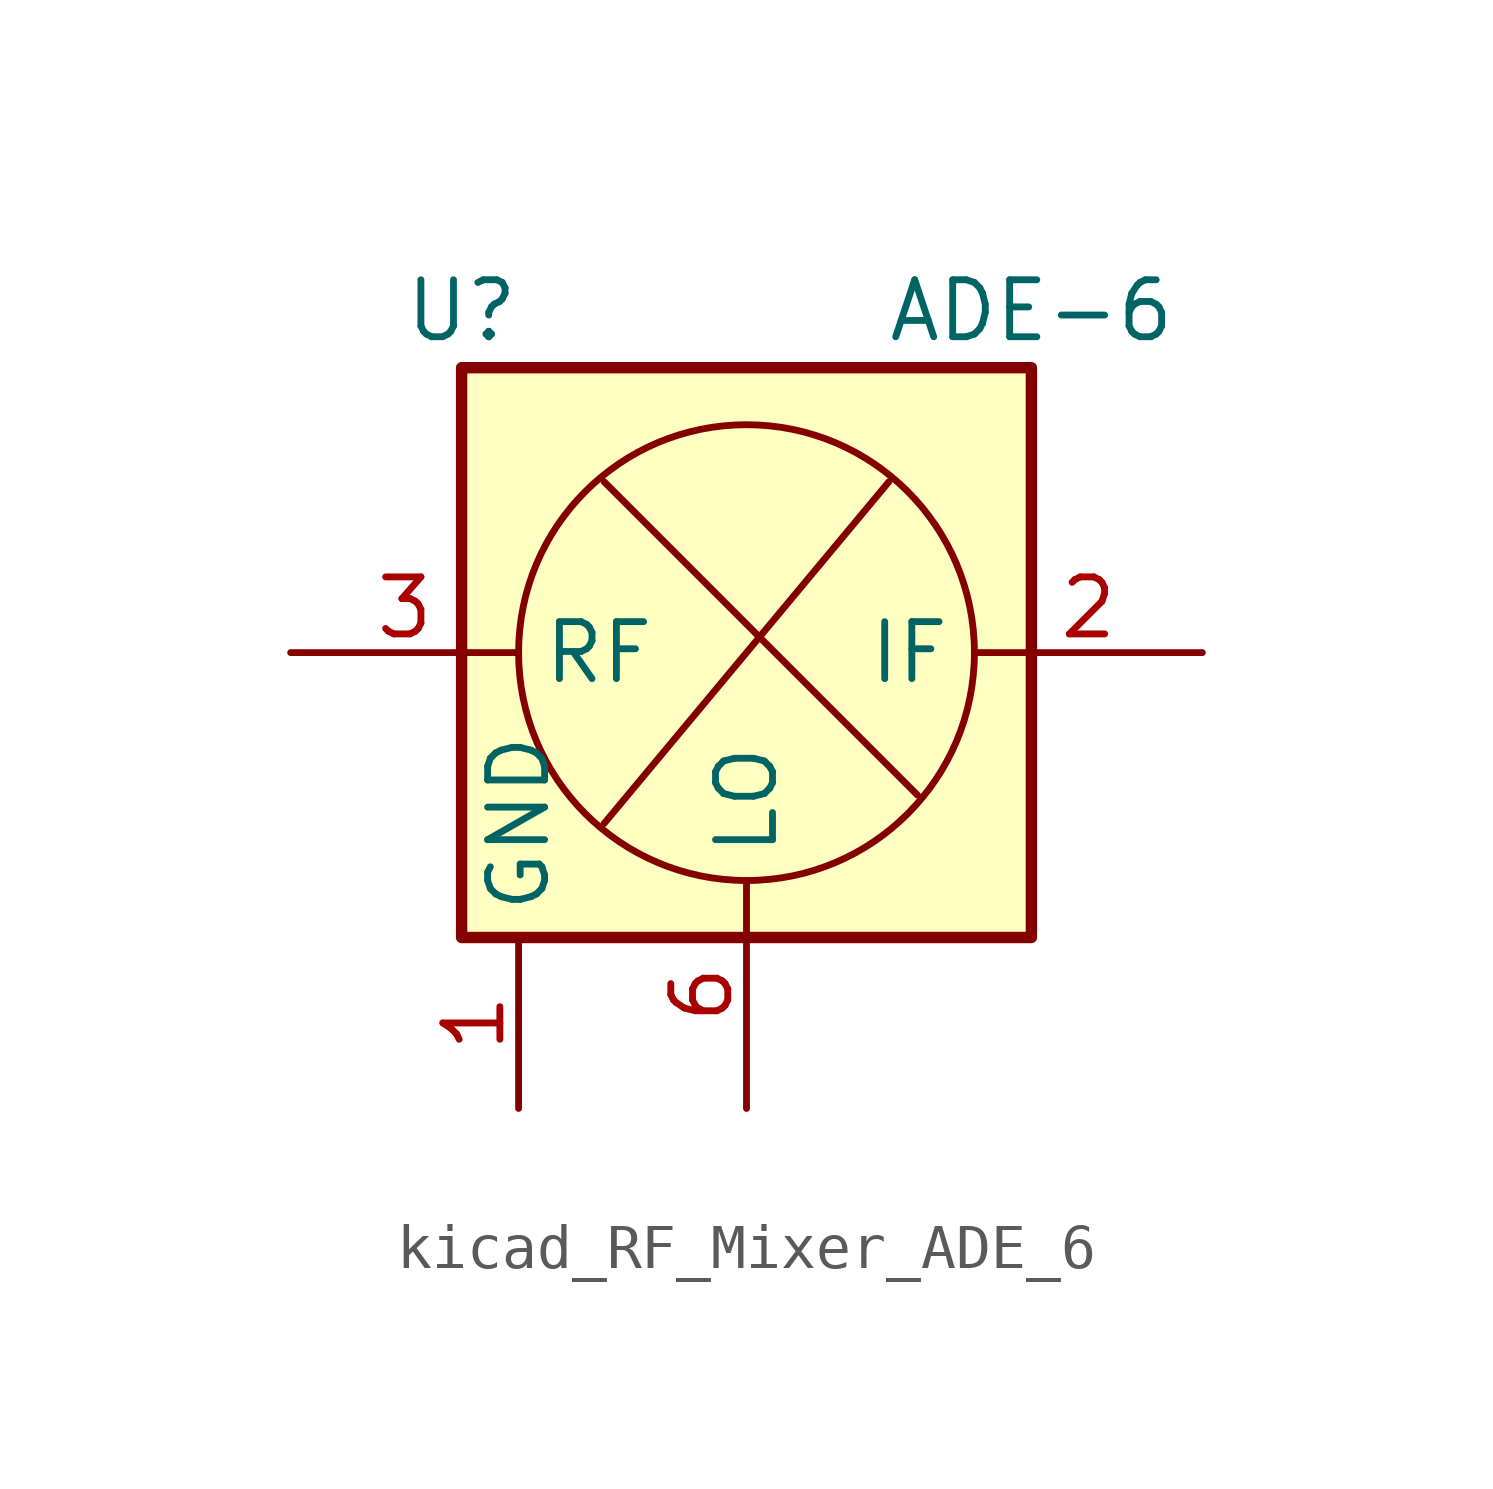
<source format=kicad_sym>
(kicad_symbol_lib
  (version 20220914)
  (generator kicad_symbol_editor)
  (symbol "kicad_RF_Mixer_ADE_6"
    (property "Reference" "U"
      (at -6.35 7.62 0)
      (effects (font (size 1.27 1.27))))
    (property "Value" "ADE-6"
      (at 6.35 7.62 0)
      (effects (font (size 1.27 1.27))))
    (symbol "kicad_RF_Mixer_ADE_6_0_1"
      (rectangle (start -6.35 6.35) (end 6.35 -6.35) (stroke (width 0.254) (type default)) (fill (type background)))
      (polyline (pts (xy -3.175 -3.81) (xy 3.175 3.81)) (stroke (width 0) (type default)) (fill (type none)))
      (polyline (pts (xy 3.81 -3.175) (xy -3.175 3.81)) (stroke (width 0) (type default)) (fill (type none)))
      (circle (center 0 0) (radius 5.08) (stroke (width 0) (type default)) (fill (type none))))
    (symbol "kicad_RF_Mixer_ADE_6_1_1"
      (pin power_in line (at -5.08 -10.16 90) (length 3.81) (name "GND" (effects (font (size 1.27 1.27)))) (number "1" (effects (font (size 1.27 1.27)))))
      (pin output line (at 10.16 0 180) (length 5.08) (name "IF" (effects (font (size 1.27 1.27)))) (number "2" (effects (font (size 1.27 1.27)))))
      (pin input line (at -10.16 0 0) (length 5.08) (name "RF" (effects (font (size 1.27 1.27)))) (number "3" (effects (font (size 1.27 1.27)))))
      (pin passive line (at -5.08 -10.16 90) (length 3.81) hide (name "GND" (effects (font (size 1.27 1.27)))) (number "4" (effects (font (size 1.27 1.27)))))
      (pin passive line (at -5.08 -10.16 90) (length 3.81) hide (name "GND" (effects (font (size 1.27 1.27)))) (number "5" (effects (font (size 1.27 1.27)))))
      (pin input line (at 0 -10.16 90) (length 5.08) (name "LO" (effects (font (size 1.27 1.27)))) (number "6" (effects (font (size 1.27 1.27))))))))
</source>
